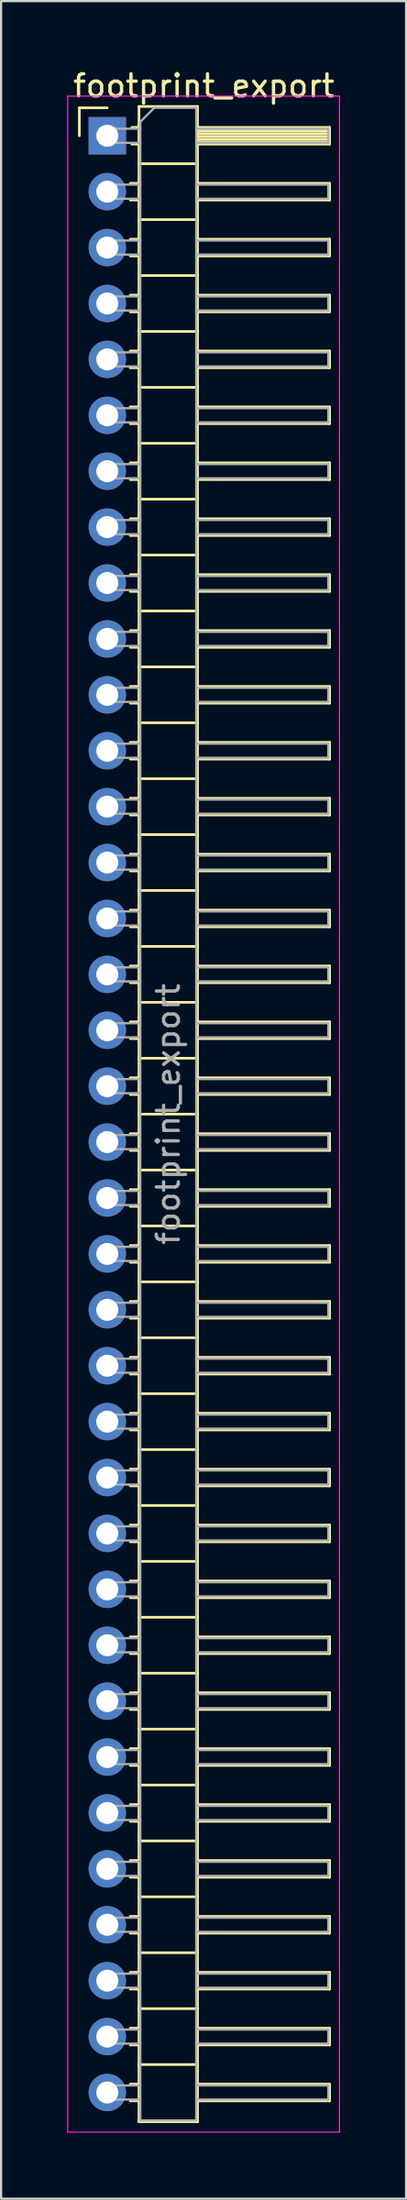
<source format=kicad_pcb>
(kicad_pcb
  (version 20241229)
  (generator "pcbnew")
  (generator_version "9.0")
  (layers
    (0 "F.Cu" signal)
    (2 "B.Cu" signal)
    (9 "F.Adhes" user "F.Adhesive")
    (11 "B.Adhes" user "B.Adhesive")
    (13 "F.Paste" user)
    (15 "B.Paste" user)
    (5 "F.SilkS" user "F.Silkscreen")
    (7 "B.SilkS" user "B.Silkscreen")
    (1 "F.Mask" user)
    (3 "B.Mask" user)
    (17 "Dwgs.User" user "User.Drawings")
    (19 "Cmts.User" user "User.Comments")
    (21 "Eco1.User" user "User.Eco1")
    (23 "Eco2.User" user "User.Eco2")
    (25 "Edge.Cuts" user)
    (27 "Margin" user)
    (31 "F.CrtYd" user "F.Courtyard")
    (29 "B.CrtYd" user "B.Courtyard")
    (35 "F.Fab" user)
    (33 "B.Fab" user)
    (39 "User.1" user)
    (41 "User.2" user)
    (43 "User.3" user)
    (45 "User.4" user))
  (footprint "footprint_export"
    (layer "F.Cu")
    (at 1.825 3.118)
    (property "Reference" "footprint_export" (at 4.385 -2.27 0) (layer "F.SilkS") (effects (font (size 1 1) (thickness 0.15))))
    (attr through_hole)
    (fp_line (start -1.27 -1.27) (end 0 -1.27) (stroke (width 0.12) (type solid)) (layer "F.SilkS"))
    (fp_line (start -1.27 0) (end -1.27 -1.27) (stroke (width 0.12) (type solid)) (layer "F.SilkS"))
    (fp_line (start 1.043 2.16) (end 1.44 2.16) (stroke (width 0.12) (type solid)) (layer "F.SilkS"))
    (fp_line (start 1.043 2.92) (end 1.44 2.92) (stroke (width 0.12) (type solid)) (layer "F.SilkS"))
    (fp_line (start 1.043 4.7) (end 1.44 4.7) (stroke (width 0.12) (type solid)) (layer "F.SilkS"))
    (fp_line (start 1.043 5.46) (end 1.44 5.46) (stroke (width 0.12) (type solid)) (layer "F.SilkS"))
    (fp_line (start 1.043 7.24) (end 1.44 7.24) (stroke (width 0.12) (type solid)) (layer "F.SilkS"))
    (fp_line (start 1.043 8) (end 1.44 8) (stroke (width 0.12) (type solid)) (layer "F.SilkS"))
    (fp_line (start 1.043 9.78) (end 1.44 9.78) (stroke (width 0.12) (type solid)) (layer "F.SilkS"))
    (fp_line (start 1.043 10.54) (end 1.44 10.54) (stroke (width 0.12) (type solid)) (layer "F.SilkS"))
    (fp_line (start 1.043 12.32) (end 1.44 12.32) (stroke (width 0.12) (type solid)) (layer "F.SilkS"))
    (fp_line (start 1.043 13.08) (end 1.44 13.08) (stroke (width 0.12) (type solid)) (layer "F.SilkS"))
    (fp_line (start 1.043 14.86) (end 1.44 14.86) (stroke (width 0.12) (type solid)) (layer "F.SilkS"))
    (fp_line (start 1.043 15.62) (end 1.44 15.62) (stroke (width 0.12) (type solid)) (layer "F.SilkS"))
    (fp_line (start 1.043 17.4) (end 1.44 17.4) (stroke (width 0.12) (type solid)) (layer "F.SilkS"))
    (fp_line (start 1.043 18.16) (end 1.44 18.16) (stroke (width 0.12) (type solid)) (layer "F.SilkS"))
    (fp_line (start 1.043 19.94) (end 1.44 19.94) (stroke (width 0.12) (type solid)) (layer "F.SilkS"))
    (fp_line (start 1.043 20.7) (end 1.44 20.7) (stroke (width 0.12) (type solid)) (layer "F.SilkS"))
    (fp_line (start 1.043 22.48) (end 1.44 22.48) (stroke (width 0.12) (type solid)) (layer "F.SilkS"))
    (fp_line (start 1.043 23.24) (end 1.44 23.24) (stroke (width 0.12) (type solid)) (layer "F.SilkS"))
    (fp_line (start 1.043 25.02) (end 1.44 25.02) (stroke (width 0.12) (type solid)) (layer "F.SilkS"))
    (fp_line (start 1.043 25.78) (end 1.44 25.78) (stroke (width 0.12) (type solid)) (layer "F.SilkS"))
    (fp_line (start 1.043 27.56) (end 1.44 27.56) (stroke (width 0.12) (type solid)) (layer "F.SilkS"))
    (fp_line (start 1.043 28.32) (end 1.44 28.32) (stroke (width 0.12) (type solid)) (layer "F.SilkS"))
    (fp_line (start 1.043 30.1) (end 1.44 30.1) (stroke (width 0.12) (type solid)) (layer "F.SilkS"))
    (fp_line (start 1.043 30.86) (end 1.44 30.86) (stroke (width 0.12) (type solid)) (layer "F.SilkS"))
    (fp_line (start 1.043 32.64) (end 1.44 32.64) (stroke (width 0.12) (type solid)) (layer "F.SilkS"))
    (fp_line (start 1.043 33.4) (end 1.44 33.4) (stroke (width 0.12) (type solid)) (layer "F.SilkS"))
    (fp_line (start 1.043 35.18) (end 1.44 35.18) (stroke (width 0.12) (type solid)) (layer "F.SilkS"))
    (fp_line (start 1.043 35.94) (end 1.44 35.94) (stroke (width 0.12) (type solid)) (layer "F.SilkS"))
    (fp_line (start 1.043 37.72) (end 1.44 37.72) (stroke (width 0.12) (type solid)) (layer "F.SilkS"))
    (fp_line (start 1.043 38.48) (end 1.44 38.48) (stroke (width 0.12) (type solid)) (layer "F.SilkS"))
    (fp_line (start 1.043 40.26) (end 1.44 40.26) (stroke (width 0.12) (type solid)) (layer "F.SilkS"))
    (fp_line (start 1.043 41.02) (end 1.44 41.02) (stroke (width 0.12) (type solid)) (layer "F.SilkS"))
    (fp_line (start 1.043 42.8) (end 1.44 42.8) (stroke (width 0.12) (type solid)) (layer "F.SilkS"))
    (fp_line (start 1.043 43.56) (end 1.44 43.56) (stroke (width 0.12) (type solid)) (layer "F.SilkS"))
    (fp_line (start 1.043 45.34) (end 1.44 45.34) (stroke (width 0.12) (type solid)) (layer "F.SilkS"))
    (fp_line (start 1.043 46.1) (end 1.44 46.1) (stroke (width 0.12) (type solid)) (layer "F.SilkS"))
    (fp_line (start 1.043 47.88) (end 1.44 47.88) (stroke (width 0.12) (type solid)) (layer "F.SilkS"))
    (fp_line (start 1.043 48.64) (end 1.44 48.64) (stroke (width 0.12) (type solid)) (layer "F.SilkS"))
    (fp_line (start 1.043 50.42) (end 1.44 50.42) (stroke (width 0.12) (type solid)) (layer "F.SilkS"))
    (fp_line (start 1.043 51.18) (end 1.44 51.18) (stroke (width 0.12) (type solid)) (layer "F.SilkS"))
    (fp_line (start 1.043 52.96) (end 1.44 52.96) (stroke (width 0.12) (type solid)) (layer "F.SilkS"))
    (fp_line (start 1.043 53.72) (end 1.44 53.72) (stroke (width 0.12) (type solid)) (layer "F.SilkS"))
    (fp_line (start 1.043 55.5) (end 1.44 55.5) (stroke (width 0.12) (type solid)) (layer "F.SilkS"))
    (fp_line (start 1.043 56.26) (end 1.44 56.26) (stroke (width 0.12) (type solid)) (layer "F.SilkS"))
    (fp_line (start 1.043 58.04) (end 1.44 58.04) (stroke (width 0.12) (type solid)) (layer "F.SilkS"))
    (fp_line (start 1.043 58.8) (end 1.44 58.8) (stroke (width 0.12) (type solid)) (layer "F.SilkS"))
    (fp_line (start 1.043 60.58) (end 1.44 60.58) (stroke (width 0.12) (type solid)) (layer "F.SilkS"))
    (fp_line (start 1.043 61.34) (end 1.44 61.34) (stroke (width 0.12) (type solid)) (layer "F.SilkS"))
    (fp_line (start 1.043 63.12) (end 1.44 63.12) (stroke (width 0.12) (type solid)) (layer "F.SilkS"))
    (fp_line (start 1.043 63.88) (end 1.44 63.88) (stroke (width 0.12) (type solid)) (layer "F.SilkS"))
    (fp_line (start 1.043 65.66) (end 1.44 65.66) (stroke (width 0.12) (type solid)) (layer "F.SilkS"))
    (fp_line (start 1.043 66.42) (end 1.44 66.42) (stroke (width 0.12) (type solid)) (layer "F.SilkS"))
    (fp_line (start 1.043 68.2) (end 1.44 68.2) (stroke (width 0.12) (type solid)) (layer "F.SilkS"))
    (fp_line (start 1.043 68.96) (end 1.44 68.96) (stroke (width 0.12) (type solid)) (layer "F.SilkS"))
    (fp_line (start 1.043 70.74) (end 1.44 70.74) (stroke (width 0.12) (type solid)) (layer "F.SilkS"))
    (fp_line (start 1.043 71.5) (end 1.44 71.5) (stroke (width 0.12) (type solid)) (layer "F.SilkS"))
    (fp_line (start 1.043 73.28) (end 1.44 73.28) (stroke (width 0.12) (type solid)) (layer "F.SilkS"))
    (fp_line (start 1.043 74.04) (end 1.44 74.04) (stroke (width 0.12) (type solid)) (layer "F.SilkS"))
    (fp_line (start 1.043 75.82) (end 1.44 75.82) (stroke (width 0.12) (type solid)) (layer "F.SilkS"))
    (fp_line (start 1.043 76.58) (end 1.44 76.58) (stroke (width 0.12) (type solid)) (layer "F.SilkS"))
    (fp_line (start 1.043 78.36) (end 1.44 78.36) (stroke (width 0.12) (type solid)) (layer "F.SilkS"))
    (fp_line (start 1.043 79.12) (end 1.44 79.12) (stroke (width 0.12) (type solid)) (layer "F.SilkS"))
    (fp_line (start 1.043 80.9) (end 1.44 80.9) (stroke (width 0.12) (type solid)) (layer "F.SilkS"))
    (fp_line (start 1.043 81.66) (end 1.44 81.66) (stroke (width 0.12) (type solid)) (layer "F.SilkS"))
    (fp_line (start 1.043 83.44) (end 1.44 83.44) (stroke (width 0.12) (type solid)) (layer "F.SilkS"))
    (fp_line (start 1.043 84.2) (end 1.44 84.2) (stroke (width 0.12) (type solid)) (layer "F.SilkS"))
    (fp_line (start 1.043 85.98) (end 1.44 85.98) (stroke (width 0.12) (type solid)) (layer "F.SilkS"))
    (fp_line (start 1.043 86.74) (end 1.44 86.74) (stroke (width 0.12) (type solid)) (layer "F.SilkS"))
    (fp_line (start 1.043 88.52) (end 1.44 88.52) (stroke (width 0.12) (type solid)) (layer "F.SilkS"))
    (fp_line (start 1.043 89.28) (end 1.44 89.28) (stroke (width 0.12) (type solid)) (layer "F.SilkS"))
    (fp_line (start 1.11 -0.38) (end 1.44 -0.38) (stroke (width 0.12) (type solid)) (layer "F.SilkS"))
    (fp_line (start 1.11 0.38) (end 1.44 0.38) (stroke (width 0.12) (type solid)) (layer "F.SilkS"))
    (fp_line (start 1.44 -1.33) (end 1.44 90.23) (stroke (width 0.12) (type solid)) (layer "F.SilkS"))
    (fp_line (start 1.44 1.27) (end 4.1 1.27) (stroke (width 0.12) (type solid)) (layer "F.SilkS"))
    (fp_line (start 1.44 3.81) (end 4.1 3.81) (stroke (width 0.12) (type solid)) (layer "F.SilkS"))
    (fp_line (start 1.44 6.35) (end 4.1 6.35) (stroke (width 0.12) (type solid)) (layer "F.SilkS"))
    (fp_line (start 1.44 8.89) (end 4.1 8.89) (stroke (width 0.12) (type solid)) (layer "F.SilkS"))
    (fp_line (start 1.44 11.43) (end 4.1 11.43) (stroke (width 0.12) (type solid)) (layer "F.SilkS"))
    (fp_line (start 1.44 13.97) (end 4.1 13.97) (stroke (width 0.12) (type solid)) (layer "F.SilkS"))
    (fp_line (start 1.44 16.51) (end 4.1 16.51) (stroke (width 0.12) (type solid)) (layer "F.SilkS"))
    (fp_line (start 1.44 19.05) (end 4.1 19.05) (stroke (width 0.12) (type solid)) (layer "F.SilkS"))
    (fp_line (start 1.44 21.59) (end 4.1 21.59) (stroke (width 0.12) (type solid)) (layer "F.SilkS"))
    (fp_line (start 1.44 24.13) (end 4.1 24.13) (stroke (width 0.12) (type solid)) (layer "F.SilkS"))
    (fp_line (start 1.44 26.67) (end 4.1 26.67) (stroke (width 0.12) (type solid)) (layer "F.SilkS"))
    (fp_line (start 1.44 29.21) (end 4.1 29.21) (stroke (width 0.12) (type solid)) (layer "F.SilkS"))
    (fp_line (start 1.44 31.75) (end 4.1 31.75) (stroke (width 0.12) (type solid)) (layer "F.SilkS"))
    (fp_line (start 1.44 34.29) (end 4.1 34.29) (stroke (width 0.12) (type solid)) (layer "F.SilkS"))
    (fp_line (start 1.44 36.83) (end 4.1 36.83) (stroke (width 0.12) (type solid)) (layer "F.SilkS"))
    (fp_line (start 1.44 39.37) (end 4.1 39.37) (stroke (width 0.12) (type solid)) (layer "F.SilkS"))
    (fp_line (start 1.44 41.91) (end 4.1 41.91) (stroke (width 0.12) (type solid)) (layer "F.SilkS"))
    (fp_line (start 1.44 44.45) (end 4.1 44.45) (stroke (width 0.12) (type solid)) (layer "F.SilkS"))
    (fp_line (start 1.44 46.99) (end 4.1 46.99) (stroke (width 0.12) (type solid)) (layer "F.SilkS"))
    (fp_line (start 1.44 49.53) (end 4.1 49.53) (stroke (width 0.12) (type solid)) (layer "F.SilkS"))
    (fp_line (start 1.44 52.07) (end 4.1 52.07) (stroke (width 0.12) (type solid)) (layer "F.SilkS"))
    (fp_line (start 1.44 54.61) (end 4.1 54.61) (stroke (width 0.12) (type solid)) (layer "F.SilkS"))
    (fp_line (start 1.44 57.15) (end 4.1 57.15) (stroke (width 0.12) (type solid)) (layer "F.SilkS"))
    (fp_line (start 1.44 59.69) (end 4.1 59.69) (stroke (width 0.12) (type solid)) (layer "F.SilkS"))
    (fp_line (start 1.44 62.23) (end 4.1 62.23) (stroke (width 0.12) (type solid)) (layer "F.SilkS"))
    (fp_line (start 1.44 64.77) (end 4.1 64.77) (stroke (width 0.12) (type solid)) (layer "F.SilkS"))
    (fp_line (start 1.44 67.31) (end 4.1 67.31) (stroke (width 0.12) (type solid)) (layer "F.SilkS"))
    (fp_line (start 1.44 69.85) (end 4.1 69.85) (stroke (width 0.12) (type solid)) (layer "F.SilkS"))
    (fp_line (start 1.44 72.39) (end 4.1 72.39) (stroke (width 0.12) (type solid)) (layer "F.SilkS"))
    (fp_line (start 1.44 74.93) (end 4.1 74.93) (stroke (width 0.12) (type solid)) (layer "F.SilkS"))
    (fp_line (start 1.44 77.47) (end 4.1 77.47) (stroke (width 0.12) (type solid)) (layer "F.SilkS"))
    (fp_line (start 1.44 80.01) (end 4.1 80.01) (stroke (width 0.12) (type solid)) (layer "F.SilkS"))
    (fp_line (start 1.44 82.55) (end 4.1 82.55) (stroke (width 0.12) (type solid)) (layer "F.SilkS"))
    (fp_line (start 1.44 85.09) (end 4.1 85.09) (stroke (width 0.12) (type solid)) (layer "F.SilkS"))
    (fp_line (start 1.44 87.63) (end 4.1 87.63) (stroke (width 0.12) (type solid)) (layer "F.SilkS"))
    (fp_line (start 1.44 90.23) (end 4.1 90.23) (stroke (width 0.12) (type solid)) (layer "F.SilkS"))
    (fp_line (start 4.1 -1.33) (end 1.44 -1.33) (stroke (width 0.12) (type solid)) (layer "F.SilkS"))
    (fp_line (start 4.1 -0.38) (end 10.1 -0.38) (stroke (width 0.12) (type solid)) (layer "F.SilkS"))
    (fp_line (start 4.1 -0.32) (end 10.1 -0.32) (stroke (width 0.12) (type solid)) (layer "F.SilkS"))
    (fp_line (start 4.1 -0.2) (end 10.1 -0.2) (stroke (width 0.12) (type solid)) (layer "F.SilkS"))
    (fp_line (start 4.1 -0.08) (end 10.1 -0.08) (stroke (width 0.12) (type solid)) (layer "F.SilkS"))
    (fp_line (start 4.1 0.04) (end 10.1 0.04) (stroke (width 0.12) (type solid)) (layer "F.SilkS"))
    (fp_line (start 4.1 0.16) (end 10.1 0.16) (stroke (width 0.12) (type solid)) (layer "F.SilkS"))
    (fp_line (start 4.1 0.28) (end 10.1 0.28) (stroke (width 0.12) (type solid)) (layer "F.SilkS"))
    (fp_line (start 4.1 2.16) (end 10.1 2.16) (stroke (width 0.12) (type solid)) (layer "F.SilkS"))
    (fp_line (start 4.1 4.7) (end 10.1 4.7) (stroke (width 0.12) (type solid)) (layer "F.SilkS"))
    (fp_line (start 4.1 7.24) (end 10.1 7.24) (stroke (width 0.12) (type solid)) (layer "F.SilkS"))
    (fp_line (start 4.1 9.78) (end 10.1 9.78) (stroke (width 0.12) (type solid)) (layer "F.SilkS"))
    (fp_line (start 4.1 12.32) (end 10.1 12.32) (stroke (width 0.12) (type solid)) (layer "F.SilkS"))
    (fp_line (start 4.1 14.86) (end 10.1 14.86) (stroke (width 0.12) (type solid)) (layer "F.SilkS"))
    (fp_line (start 4.1 17.4) (end 10.1 17.4) (stroke (width 0.12) (type solid)) (layer "F.SilkS"))
    (fp_line (start 4.1 19.94) (end 10.1 19.94) (stroke (width 0.12) (type solid)) (layer "F.SilkS"))
    (fp_line (start 4.1 22.48) (end 10.1 22.48) (stroke (width 0.12) (type solid)) (layer "F.SilkS"))
    (fp_line (start 4.1 25.02) (end 10.1 25.02) (stroke (width 0.12) (type solid)) (layer "F.SilkS"))
    (fp_line (start 4.1 27.56) (end 10.1 27.56) (stroke (width 0.12) (type solid)) (layer "F.SilkS"))
    (fp_line (start 4.1 30.1) (end 10.1 30.1) (stroke (width 0.12) (type solid)) (layer "F.SilkS"))
    (fp_line (start 4.1 32.64) (end 10.1 32.64) (stroke (width 0.12) (type solid)) (layer "F.SilkS"))
    (fp_line (start 4.1 35.18) (end 10.1 35.18) (stroke (width 0.12) (type solid)) (layer "F.SilkS"))
    (fp_line (start 4.1 37.72) (end 10.1 37.72) (stroke (width 0.12) (type solid)) (layer "F.SilkS"))
    (fp_line (start 4.1 40.26) (end 10.1 40.26) (stroke (width 0.12) (type solid)) (layer "F.SilkS"))
    (fp_line (start 4.1 42.8) (end 10.1 42.8) (stroke (width 0.12) (type solid)) (layer "F.SilkS"))
    (fp_line (start 4.1 45.34) (end 10.1 45.34) (stroke (width 0.12) (type solid)) (layer "F.SilkS"))
    (fp_line (start 4.1 47.88) (end 10.1 47.88) (stroke (width 0.12) (type solid)) (layer "F.SilkS"))
    (fp_line (start 4.1 50.42) (end 10.1 50.42) (stroke (width 0.12) (type solid)) (layer "F.SilkS"))
    (fp_line (start 4.1 52.96) (end 10.1 52.96) (stroke (width 0.12) (type solid)) (layer "F.SilkS"))
    (fp_line (start 4.1 55.5) (end 10.1 55.5) (stroke (width 0.12) (type solid)) (layer "F.SilkS"))
    (fp_line (start 4.1 58.04) (end 10.1 58.04) (stroke (width 0.12) (type solid)) (layer "F.SilkS"))
    (fp_line (start 4.1 60.58) (end 10.1 60.58) (stroke (width 0.12) (type solid)) (layer "F.SilkS"))
    (fp_line (start 4.1 63.12) (end 10.1 63.12) (stroke (width 0.12) (type solid)) (layer "F.SilkS"))
    (fp_line (start 4.1 65.66) (end 10.1 65.66) (stroke (width 0.12) (type solid)) (layer "F.SilkS"))
    (fp_line (start 4.1 68.2) (end 10.1 68.2) (stroke (width 0.12) (type solid)) (layer "F.SilkS"))
    (fp_line (start 4.1 70.74) (end 10.1 70.74) (stroke (width 0.12) (type solid)) (layer "F.SilkS"))
    (fp_line (start 4.1 73.28) (end 10.1 73.28) (stroke (width 0.12) (type solid)) (layer "F.SilkS"))
    (fp_line (start 4.1 75.82) (end 10.1 75.82) (stroke (width 0.12) (type solid)) (layer "F.SilkS"))
    (fp_line (start 4.1 78.36) (end 10.1 78.36) (stroke (width 0.12) (type solid)) (layer "F.SilkS"))
    (fp_line (start 4.1 80.9) (end 10.1 80.9) (stroke (width 0.12) (type solid)) (layer "F.SilkS"))
    (fp_line (start 4.1 83.44) (end 10.1 83.44) (stroke (width 0.12) (type solid)) (layer "F.SilkS"))
    (fp_line (start 4.1 85.98) (end 10.1 85.98) (stroke (width 0.12) (type solid)) (layer "F.SilkS"))
    (fp_line (start 4.1 88.52) (end 10.1 88.52) (stroke (width 0.12) (type solid)) (layer "F.SilkS"))
    (fp_line (start 4.1 90.23) (end 4.1 -1.33) (stroke (width 0.12) (type solid)) (layer "F.SilkS"))
    (fp_line (start 10.1 -0.38) (end 10.1 0.38) (stroke (width 0.12) (type solid)) (layer "F.SilkS"))
    (fp_line (start 10.1 0.38) (end 4.1 0.38) (stroke (width 0.12) (type solid)) (layer "F.SilkS"))
    (fp_line (start 10.1 2.16) (end 10.1 2.92) (stroke (width 0.12) (type solid)) (layer "F.SilkS"))
    (fp_line (start 10.1 2.92) (end 4.1 2.92) (stroke (width 0.12) (type solid)) (layer "F.SilkS"))
    (fp_line (start 10.1 4.7) (end 10.1 5.46) (stroke (width 0.12) (type solid)) (layer "F.SilkS"))
    (fp_line (start 10.1 5.46) (end 4.1 5.46) (stroke (width 0.12) (type solid)) (layer "F.SilkS"))
    (fp_line (start 10.1 7.24) (end 10.1 8) (stroke (width 0.12) (type solid)) (layer "F.SilkS"))
    (fp_line (start 10.1 8) (end 4.1 8) (stroke (width 0.12) (type solid)) (layer "F.SilkS"))
    (fp_line (start 10.1 9.78) (end 10.1 10.54) (stroke (width 0.12) (type solid)) (layer "F.SilkS"))
    (fp_line (start 10.1 10.54) (end 4.1 10.54) (stroke (width 0.12) (type solid)) (layer "F.SilkS"))
    (fp_line (start 10.1 12.32) (end 10.1 13.08) (stroke (width 0.12) (type solid)) (layer "F.SilkS"))
    (fp_line (start 10.1 13.08) (end 4.1 13.08) (stroke (width 0.12) (type solid)) (layer "F.SilkS"))
    (fp_line (start 10.1 14.86) (end 10.1 15.62) (stroke (width 0.12) (type solid)) (layer "F.SilkS"))
    (fp_line (start 10.1 15.62) (end 4.1 15.62) (stroke (width 0.12) (type solid)) (layer "F.SilkS"))
    (fp_line (start 10.1 17.4) (end 10.1 18.16) (stroke (width 0.12) (type solid)) (layer "F.SilkS"))
    (fp_line (start 10.1 18.16) (end 4.1 18.16) (stroke (width 0.12) (type solid)) (layer "F.SilkS"))
    (fp_line (start 10.1 19.94) (end 10.1 20.7) (stroke (width 0.12) (type solid)) (layer "F.SilkS"))
    (fp_line (start 10.1 20.7) (end 4.1 20.7) (stroke (width 0.12) (type solid)) (layer "F.SilkS"))
    (fp_line (start 10.1 22.48) (end 10.1 23.24) (stroke (width 0.12) (type solid)) (layer "F.SilkS"))
    (fp_line (start 10.1 23.24) (end 4.1 23.24) (stroke (width 0.12) (type solid)) (layer "F.SilkS"))
    (fp_line (start 10.1 25.02) (end 10.1 25.78) (stroke (width 0.12) (type solid)) (layer "F.SilkS"))
    (fp_line (start 10.1 25.78) (end 4.1 25.78) (stroke (width 0.12) (type solid)) (layer "F.SilkS"))
    (fp_line (start 10.1 27.56) (end 10.1 28.32) (stroke (width 0.12) (type solid)) (layer "F.SilkS"))
    (fp_line (start 10.1 28.32) (end 4.1 28.32) (stroke (width 0.12) (type solid)) (layer "F.SilkS"))
    (fp_line (start 10.1 30.1) (end 10.1 30.86) (stroke (width 0.12) (type solid)) (layer "F.SilkS"))
    (fp_line (start 10.1 30.86) (end 4.1 30.86) (stroke (width 0.12) (type solid)) (layer "F.SilkS"))
    (fp_line (start 10.1 32.64) (end 10.1 33.4) (stroke (width 0.12) (type solid)) (layer "F.SilkS"))
    (fp_line (start 10.1 33.4) (end 4.1 33.4) (stroke (width 0.12) (type solid)) (layer "F.SilkS"))
    (fp_line (start 10.1 35.18) (end 10.1 35.94) (stroke (width 0.12) (type solid)) (layer "F.SilkS"))
    (fp_line (start 10.1 35.94) (end 4.1 35.94) (stroke (width 0.12) (type solid)) (layer "F.SilkS"))
    (fp_line (start 10.1 37.72) (end 10.1 38.48) (stroke (width 0.12) (type solid)) (layer "F.SilkS"))
    (fp_line (start 10.1 38.48) (end 4.1 38.48) (stroke (width 0.12) (type solid)) (layer "F.SilkS"))
    (fp_line (start 10.1 40.26) (end 10.1 41.02) (stroke (width 0.12) (type solid)) (layer "F.SilkS"))
    (fp_line (start 10.1 41.02) (end 4.1 41.02) (stroke (width 0.12) (type solid)) (layer "F.SilkS"))
    (fp_line (start 10.1 42.8) (end 10.1 43.56) (stroke (width 0.12) (type solid)) (layer "F.SilkS"))
    (fp_line (start 10.1 43.56) (end 4.1 43.56) (stroke (width 0.12) (type solid)) (layer "F.SilkS"))
    (fp_line (start 10.1 45.34) (end 10.1 46.1) (stroke (width 0.12) (type solid)) (layer "F.SilkS"))
    (fp_line (start 10.1 46.1) (end 4.1 46.1) (stroke (width 0.12) (type solid)) (layer "F.SilkS"))
    (fp_line (start 10.1 47.88) (end 10.1 48.64) (stroke (width 0.12) (type solid)) (layer "F.SilkS"))
    (fp_line (start 10.1 48.64) (end 4.1 48.64) (stroke (width 0.12) (type solid)) (layer "F.SilkS"))
    (fp_line (start 10.1 50.42) (end 10.1 51.18) (stroke (width 0.12) (type solid)) (layer "F.SilkS"))
    (fp_line (start 10.1 51.18) (end 4.1 51.18) (stroke (width 0.12) (type solid)) (layer "F.SilkS"))
    (fp_line (start 10.1 52.96) (end 10.1 53.72) (stroke (width 0.12) (type solid)) (layer "F.SilkS"))
    (fp_line (start 10.1 53.72) (end 4.1 53.72) (stroke (width 0.12) (type solid)) (layer "F.SilkS"))
    (fp_line (start 10.1 55.5) (end 10.1 56.26) (stroke (width 0.12) (type solid)) (layer "F.SilkS"))
    (fp_line (start 10.1 56.26) (end 4.1 56.26) (stroke (width 0.12) (type solid)) (layer "F.SilkS"))
    (fp_line (start 10.1 58.04) (end 10.1 58.8) (stroke (width 0.12) (type solid)) (layer "F.SilkS"))
    (fp_line (start 10.1 58.8) (end 4.1 58.8) (stroke (width 0.12) (type solid)) (layer "F.SilkS"))
    (fp_line (start 10.1 60.58) (end 10.1 61.34) (stroke (width 0.12) (type solid)) (layer "F.SilkS"))
    (fp_line (start 10.1 61.34) (end 4.1 61.34) (stroke (width 0.12) (type solid)) (layer "F.SilkS"))
    (fp_line (start 10.1 63.12) (end 10.1 63.88) (stroke (width 0.12) (type solid)) (layer "F.SilkS"))
    (fp_line (start 10.1 63.88) (end 4.1 63.88) (stroke (width 0.12) (type solid)) (layer "F.SilkS"))
    (fp_line (start 10.1 65.66) (end 10.1 66.42) (stroke (width 0.12) (type solid)) (layer "F.SilkS"))
    (fp_line (start 10.1 66.42) (end 4.1 66.42) (stroke (width 0.12) (type solid)) (layer "F.SilkS"))
    (fp_line (start 10.1 68.2) (end 10.1 68.96) (stroke (width 0.12) (type solid)) (layer "F.SilkS"))
    (fp_line (start 10.1 68.96) (end 4.1 68.96) (stroke (width 0.12) (type solid)) (layer "F.SilkS"))
    (fp_line (start 10.1 70.74) (end 10.1 71.5) (stroke (width 0.12) (type solid)) (layer "F.SilkS"))
    (fp_line (start 10.1 71.5) (end 4.1 71.5) (stroke (width 0.12) (type solid)) (layer "F.SilkS"))
    (fp_line (start 10.1 73.28) (end 10.1 74.04) (stroke (width 0.12) (type solid)) (layer "F.SilkS"))
    (fp_line (start 10.1 74.04) (end 4.1 74.04) (stroke (width 0.12) (type solid)) (layer "F.SilkS"))
    (fp_line (start 10.1 75.82) (end 10.1 76.58) (stroke (width 0.12) (type solid)) (layer "F.SilkS"))
    (fp_line (start 10.1 76.58) (end 4.1 76.58) (stroke (width 0.12) (type solid)) (layer "F.SilkS"))
    (fp_line (start 10.1 78.36) (end 10.1 79.12) (stroke (width 0.12) (type solid)) (layer "F.SilkS"))
    (fp_line (start 10.1 79.12) (end 4.1 79.12) (stroke (width 0.12) (type solid)) (layer "F.SilkS"))
    (fp_line (start 10.1 80.9) (end 10.1 81.66) (stroke (width 0.12) (type solid)) (layer "F.SilkS"))
    (fp_line (start 10.1 81.66) (end 4.1 81.66) (stroke (width 0.12) (type solid)) (layer "F.SilkS"))
    (fp_line (start 10.1 83.44) (end 10.1 84.2) (stroke (width 0.12) (type solid)) (layer "F.SilkS"))
    (fp_line (start 10.1 84.2) (end 4.1 84.2) (stroke (width 0.12) (type solid)) (layer "F.SilkS"))
    (fp_line (start 10.1 85.98) (end 10.1 86.74) (stroke (width 0.12) (type solid)) (layer "F.SilkS"))
    (fp_line (start 10.1 86.74) (end 4.1 86.74) (stroke (width 0.12) (type solid)) (layer "F.SilkS"))
    (fp_line (start 10.1 88.52) (end 10.1 89.28) (stroke (width 0.12) (type solid)) (layer "F.SilkS"))
    (fp_line (start 10.1 89.28) (end 4.1 89.28) (stroke (width 0.12) (type solid)) (layer "F.SilkS"))
    (fp_line (start -1.8 -1.8) (end -1.8 90.7) (stroke (width 0.05) (type solid)) (layer "F.CrtYd"))
    (fp_line (start -1.8 90.7) (end 10.55 90.7) (stroke (width 0.05) (type solid)) (layer "F.CrtYd"))
    (fp_line (start 10.55 -1.8) (end -1.8 -1.8) (stroke (width 0.05) (type solid)) (layer "F.CrtYd"))
    (fp_line (start 10.55 90.7) (end 10.55 -1.8) (stroke (width 0.05) (type solid)) (layer "F.CrtYd"))
    (fp_line (start -0.32 -0.32) (end -0.32 0.32) (stroke (width 0.1) (type solid)) (layer "F.Fab"))
    (fp_line (start -0.32 -0.32) (end 1.5 -0.32) (stroke (width 0.1) (type solid)) (layer "F.Fab"))
    (fp_line (start -0.32 0.32) (end 1.5 0.32) (stroke (width 0.1) (type solid)) (layer "F.Fab"))
    (fp_line (start -0.32 2.22) (end -0.32 2.86) (stroke (width 0.1) (type solid)) (layer "F.Fab"))
    (fp_line (start -0.32 2.22) (end 1.5 2.22) (stroke (width 0.1) (type solid)) (layer "F.Fab"))
    (fp_line (start -0.32 2.86) (end 1.5 2.86) (stroke (width 0.1) (type solid)) (layer "F.Fab"))
    (fp_line (start -0.32 4.76) (end -0.32 5.4) (stroke (width 0.1) (type solid)) (layer "F.Fab"))
    (fp_line (start -0.32 4.76) (end 1.5 4.76) (stroke (width 0.1) (type solid)) (layer "F.Fab"))
    (fp_line (start -0.32 5.4) (end 1.5 5.4) (stroke (width 0.1) (type solid)) (layer "F.Fab"))
    (fp_line (start -0.32 7.3) (end -0.32 7.94) (stroke (width 0.1) (type solid)) (layer "F.Fab"))
    (fp_line (start -0.32 7.3) (end 1.5 7.3) (stroke (width 0.1) (type solid)) (layer "F.Fab"))
    (fp_line (start -0.32 7.94) (end 1.5 7.94) (stroke (width 0.1) (type solid)) (layer "F.Fab"))
    (fp_line (start -0.32 9.84) (end -0.32 10.48) (stroke (width 0.1) (type solid)) (layer "F.Fab"))
    (fp_line (start -0.32 9.84) (end 1.5 9.84) (stroke (width 0.1) (type solid)) (layer "F.Fab"))
    (fp_line (start -0.32 10.48) (end 1.5 10.48) (stroke (width 0.1) (type solid)) (layer "F.Fab"))
    (fp_line (start -0.32 12.38) (end -0.32 13.02) (stroke (width 0.1) (type solid)) (layer "F.Fab"))
    (fp_line (start -0.32 12.38) (end 1.5 12.38) (stroke (width 0.1) (type solid)) (layer "F.Fab"))
    (fp_line (start -0.32 13.02) (end 1.5 13.02) (stroke (width 0.1) (type solid)) (layer "F.Fab"))
    (fp_line (start -0.32 14.92) (end -0.32 15.56) (stroke (width 0.1) (type solid)) (layer "F.Fab"))
    (fp_line (start -0.32 14.92) (end 1.5 14.92) (stroke (width 0.1) (type solid)) (layer "F.Fab"))
    (fp_line (start -0.32 15.56) (end 1.5 15.56) (stroke (width 0.1) (type solid)) (layer "F.Fab"))
    (fp_line (start -0.32 17.46) (end -0.32 18.1) (stroke (width 0.1) (type solid)) (layer "F.Fab"))
    (fp_line (start -0.32 17.46) (end 1.5 17.46) (stroke (width 0.1) (type solid)) (layer "F.Fab"))
    (fp_line (start -0.32 18.1) (end 1.5 18.1) (stroke (width 0.1) (type solid)) (layer "F.Fab"))
    (fp_line (start -0.32 20) (end -0.32 20.64) (stroke (width 0.1) (type solid)) (layer "F.Fab"))
    (fp_line (start -0.32 20) (end 1.5 20) (stroke (width 0.1) (type solid)) (layer "F.Fab"))
    (fp_line (start -0.32 20.64) (end 1.5 20.64) (stroke (width 0.1) (type solid)) (layer "F.Fab"))
    (fp_line (start -0.32 22.54) (end -0.32 23.18) (stroke (width 0.1) (type solid)) (layer "F.Fab"))
    (fp_line (start -0.32 22.54) (end 1.5 22.54) (stroke (width 0.1) (type solid)) (layer "F.Fab"))
    (fp_line (start -0.32 23.18) (end 1.5 23.18) (stroke (width 0.1) (type solid)) (layer "F.Fab"))
    (fp_line (start -0.32 25.08) (end -0.32 25.72) (stroke (width 0.1) (type solid)) (layer "F.Fab"))
    (fp_line (start -0.32 25.08) (end 1.5 25.08) (stroke (width 0.1) (type solid)) (layer "F.Fab"))
    (fp_line (start -0.32 25.72) (end 1.5 25.72) (stroke (width 0.1) (type solid)) (layer "F.Fab"))
    (fp_line (start -0.32 27.62) (end -0.32 28.26) (stroke (width 0.1) (type solid)) (layer "F.Fab"))
    (fp_line (start -0.32 27.62) (end 1.5 27.62) (stroke (width 0.1) (type solid)) (layer "F.Fab"))
    (fp_line (start -0.32 28.26) (end 1.5 28.26) (stroke (width 0.1) (type solid)) (layer "F.Fab"))
    (fp_line (start -0.32 30.16) (end -0.32 30.8) (stroke (width 0.1) (type solid)) (layer "F.Fab"))
    (fp_line (start -0.32 30.16) (end 1.5 30.16) (stroke (width 0.1) (type solid)) (layer "F.Fab"))
    (fp_line (start -0.32 30.8) (end 1.5 30.8) (stroke (width 0.1) (type solid)) (layer "F.Fab"))
    (fp_line (start -0.32 32.7) (end -0.32 33.34) (stroke (width 0.1) (type solid)) (layer "F.Fab"))
    (fp_line (start -0.32 32.7) (end 1.5 32.7) (stroke (width 0.1) (type solid)) (layer "F.Fab"))
    (fp_line (start -0.32 33.34) (end 1.5 33.34) (stroke (width 0.1) (type solid)) (layer "F.Fab"))
    (fp_line (start -0.32 35.24) (end -0.32 35.88) (stroke (width 0.1) (type solid)) (layer "F.Fab"))
    (fp_line (start -0.32 35.24) (end 1.5 35.24) (stroke (width 0.1) (type solid)) (layer "F.Fab"))
    (fp_line (start -0.32 35.88) (end 1.5 35.88) (stroke (width 0.1) (type solid)) (layer "F.Fab"))
    (fp_line (start -0.32 37.78) (end -0.32 38.42) (stroke (width 0.1) (type solid)) (layer "F.Fab"))
    (fp_line (start -0.32 37.78) (end 1.5 37.78) (stroke (width 0.1) (type solid)) (layer "F.Fab"))
    (fp_line (start -0.32 38.42) (end 1.5 38.42) (stroke (width 0.1) (type solid)) (layer "F.Fab"))
    (fp_line (start -0.32 40.32) (end -0.32 40.96) (stroke (width 0.1) (type solid)) (layer "F.Fab"))
    (fp_line (start -0.32 40.32) (end 1.5 40.32) (stroke (width 0.1) (type solid)) (layer "F.Fab"))
    (fp_line (start -0.32 40.96) (end 1.5 40.96) (stroke (width 0.1) (type solid)) (layer "F.Fab"))
    (fp_line (start -0.32 42.86) (end -0.32 43.5) (stroke (width 0.1) (type solid)) (layer "F.Fab"))
    (fp_line (start -0.32 42.86) (end 1.5 42.86) (stroke (width 0.1) (type solid)) (layer "F.Fab"))
    (fp_line (start -0.32 43.5) (end 1.5 43.5) (stroke (width 0.1) (type solid)) (layer "F.Fab"))
    (fp_line (start -0.32 45.4) (end -0.32 46.04) (stroke (width 0.1) (type solid)) (layer "F.Fab"))
    (fp_line (start -0.32 45.4) (end 1.5 45.4) (stroke (width 0.1) (type solid)) (layer "F.Fab"))
    (fp_line (start -0.32 46.04) (end 1.5 46.04) (stroke (width 0.1) (type solid)) (layer "F.Fab"))
    (fp_line (start -0.32 47.94) (end -0.32 48.58) (stroke (width 0.1) (type solid)) (layer "F.Fab"))
    (fp_line (start -0.32 47.94) (end 1.5 47.94) (stroke (width 0.1) (type solid)) (layer "F.Fab"))
    (fp_line (start -0.32 48.58) (end 1.5 48.58) (stroke (width 0.1) (type solid)) (layer "F.Fab"))
    (fp_line (start -0.32 50.48) (end -0.32 51.12) (stroke (width 0.1) (type solid)) (layer "F.Fab"))
    (fp_line (start -0.32 50.48) (end 1.5 50.48) (stroke (width 0.1) (type solid)) (layer "F.Fab"))
    (fp_line (start -0.32 51.12) (end 1.5 51.12) (stroke (width 0.1) (type solid)) (layer "F.Fab"))
    (fp_line (start -0.32 53.02) (end -0.32 53.66) (stroke (width 0.1) (type solid)) (layer "F.Fab"))
    (fp_line (start -0.32 53.02) (end 1.5 53.02) (stroke (width 0.1) (type solid)) (layer "F.Fab"))
    (fp_line (start -0.32 53.66) (end 1.5 53.66) (stroke (width 0.1) (type solid)) (layer "F.Fab"))
    (fp_line (start -0.32 55.56) (end -0.32 56.2) (stroke (width 0.1) (type solid)) (layer "F.Fab"))
    (fp_line (start -0.32 55.56) (end 1.5 55.56) (stroke (width 0.1) (type solid)) (layer "F.Fab"))
    (fp_line (start -0.32 56.2) (end 1.5 56.2) (stroke (width 0.1) (type solid)) (layer "F.Fab"))
    (fp_line (start -0.32 58.1) (end -0.32 58.74) (stroke (width 0.1) (type solid)) (layer "F.Fab"))
    (fp_line (start -0.32 58.1) (end 1.5 58.1) (stroke (width 0.1) (type solid)) (layer "F.Fab"))
    (fp_line (start -0.32 58.74) (end 1.5 58.74) (stroke (width 0.1) (type solid)) (layer "F.Fab"))
    (fp_line (start -0.32 60.64) (end -0.32 61.28) (stroke (width 0.1) (type solid)) (layer "F.Fab"))
    (fp_line (start -0.32 60.64) (end 1.5 60.64) (stroke (width 0.1) (type solid)) (layer "F.Fab"))
    (fp_line (start -0.32 61.28) (end 1.5 61.28) (stroke (width 0.1) (type solid)) (layer "F.Fab"))
    (fp_line (start -0.32 63.18) (end -0.32 63.82) (stroke (width 0.1) (type solid)) (layer "F.Fab"))
    (fp_line (start -0.32 63.18) (end 1.5 63.18) (stroke (width 0.1) (type solid)) (layer "F.Fab"))
    (fp_line (start -0.32 63.82) (end 1.5 63.82) (stroke (width 0.1) (type solid)) (layer "F.Fab"))
    (fp_line (start -0.32 65.72) (end -0.32 66.36) (stroke (width 0.1) (type solid)) (layer "F.Fab"))
    (fp_line (start -0.32 65.72) (end 1.5 65.72) (stroke (width 0.1) (type solid)) (layer "F.Fab"))
    (fp_line (start -0.32 66.36) (end 1.5 66.36) (stroke (width 0.1) (type solid)) (layer "F.Fab"))
    (fp_line (start -0.32 68.26) (end -0.32 68.9) (stroke (width 0.1) (type solid)) (layer "F.Fab"))
    (fp_line (start -0.32 68.26) (end 1.5 68.26) (stroke (width 0.1) (type solid)) (layer "F.Fab"))
    (fp_line (start -0.32 68.9) (end 1.5 68.9) (stroke (width 0.1) (type solid)) (layer "F.Fab"))
    (fp_line (start -0.32 70.8) (end -0.32 71.44) (stroke (width 0.1) (type solid)) (layer "F.Fab"))
    (fp_line (start -0.32 70.8) (end 1.5 70.8) (stroke (width 0.1) (type solid)) (layer "F.Fab"))
    (fp_line (start -0.32 71.44) (end 1.5 71.44) (stroke (width 0.1) (type solid)) (layer "F.Fab"))
    (fp_line (start -0.32 73.34) (end -0.32 73.98) (stroke (width 0.1) (type solid)) (layer "F.Fab"))
    (fp_line (start -0.32 73.34) (end 1.5 73.34) (stroke (width 0.1) (type solid)) (layer "F.Fab"))
    (fp_line (start -0.32 73.98) (end 1.5 73.98) (stroke (width 0.1) (type solid)) (layer "F.Fab"))
    (fp_line (start -0.32 75.88) (end -0.32 76.52) (stroke (width 0.1) (type solid)) (layer "F.Fab"))
    (fp_line (start -0.32 75.88) (end 1.5 75.88) (stroke (width 0.1) (type solid)) (layer "F.Fab"))
    (fp_line (start -0.32 76.52) (end 1.5 76.52) (stroke (width 0.1) (type solid)) (layer "F.Fab"))
    (fp_line (start -0.32 78.42) (end -0.32 79.06) (stroke (width 0.1) (type solid)) (layer "F.Fab"))
    (fp_line (start -0.32 78.42) (end 1.5 78.42) (stroke (width 0.1) (type solid)) (layer "F.Fab"))
    (fp_line (start -0.32 79.06) (end 1.5 79.06) (stroke (width 0.1) (type solid)) (layer "F.Fab"))
    (fp_line (start -0.32 80.96) (end -0.32 81.6) (stroke (width 0.1) (type solid)) (layer "F.Fab"))
    (fp_line (start -0.32 80.96) (end 1.5 80.96) (stroke (width 0.1) (type solid)) (layer "F.Fab"))
    (fp_line (start -0.32 81.6) (end 1.5 81.6) (stroke (width 0.1) (type solid)) (layer "F.Fab"))
    (fp_line (start -0.32 83.5) (end -0.32 84.14) (stroke (width 0.1) (type solid)) (layer "F.Fab"))
    (fp_line (start -0.32 83.5) (end 1.5 83.5) (stroke (width 0.1) (type solid)) (layer "F.Fab"))
    (fp_line (start -0.32 84.14) (end 1.5 84.14) (stroke (width 0.1) (type solid)) (layer "F.Fab"))
    (fp_line (start -0.32 86.04) (end -0.32 86.68) (stroke (width 0.1) (type solid)) (layer "F.Fab"))
    (fp_line (start -0.32 86.04) (end 1.5 86.04) (stroke (width 0.1) (type solid)) (layer "F.Fab"))
    (fp_line (start -0.32 86.68) (end 1.5 86.68) (stroke (width 0.1) (type solid)) (layer "F.Fab"))
    (fp_line (start -0.32 88.58) (end -0.32 89.22) (stroke (width 0.1) (type solid)) (layer "F.Fab"))
    (fp_line (start -0.32 88.58) (end 1.5 88.58) (stroke (width 0.1) (type solid)) (layer "F.Fab"))
    (fp_line (start -0.32 89.22) (end 1.5 89.22) (stroke (width 0.1) (type solid)) (layer "F.Fab"))
    (fp_line (start 1.5 -0.635) (end 2.135 -1.27) (stroke (width 0.1) (type solid)) (layer "F.Fab"))
    (fp_line (start 1.5 90.17) (end 1.5 -0.635) (stroke (width 0.1) (type solid)) (layer "F.Fab"))
    (fp_line (start 2.135 -1.27) (end 4.04 -1.27) (stroke (width 0.1) (type solid)) (layer "F.Fab"))
    (fp_line (start 4.04 -1.27) (end 4.04 90.17) (stroke (width 0.1) (type solid)) (layer "F.Fab"))
    (fp_line (start 4.04 -0.32) (end 10.04 -0.32) (stroke (width 0.1) (type solid)) (layer "F.Fab"))
    (fp_line (start 4.04 0.32) (end 10.04 0.32) (stroke (width 0.1) (type solid)) (layer "F.Fab"))
    (fp_line (start 4.04 2.22) (end 10.04 2.22) (stroke (width 0.1) (type solid)) (layer "F.Fab"))
    (fp_line (start 4.04 2.86) (end 10.04 2.86) (stroke (width 0.1) (type solid)) (layer "F.Fab"))
    (fp_line (start 4.04 4.76) (end 10.04 4.76) (stroke (width 0.1) (type solid)) (layer "F.Fab"))
    (fp_line (start 4.04 5.4) (end 10.04 5.4) (stroke (width 0.1) (type solid)) (layer "F.Fab"))
    (fp_line (start 4.04 7.3) (end 10.04 7.3) (stroke (width 0.1) (type solid)) (layer "F.Fab"))
    (fp_line (start 4.04 7.94) (end 10.04 7.94) (stroke (width 0.1) (type solid)) (layer "F.Fab"))
    (fp_line (start 4.04 9.84) (end 10.04 9.84) (stroke (width 0.1) (type solid)) (layer "F.Fab"))
    (fp_line (start 4.04 10.48) (end 10.04 10.48) (stroke (width 0.1) (type solid)) (layer "F.Fab"))
    (fp_line (start 4.04 12.38) (end 10.04 12.38) (stroke (width 0.1) (type solid)) (layer "F.Fab"))
    (fp_line (start 4.04 13.02) (end 10.04 13.02) (stroke (width 0.1) (type solid)) (layer "F.Fab"))
    (fp_line (start 4.04 14.92) (end 10.04 14.92) (stroke (width 0.1) (type solid)) (layer "F.Fab"))
    (fp_line (start 4.04 15.56) (end 10.04 15.56) (stroke (width 0.1) (type solid)) (layer "F.Fab"))
    (fp_line (start 4.04 17.46) (end 10.04 17.46) (stroke (width 0.1) (type solid)) (layer "F.Fab"))
    (fp_line (start 4.04 18.1) (end 10.04 18.1) (stroke (width 0.1) (type solid)) (layer "F.Fab"))
    (fp_line (start 4.04 20) (end 10.04 20) (stroke (width 0.1) (type solid)) (layer "F.Fab"))
    (fp_line (start 4.04 20.64) (end 10.04 20.64) (stroke (width 0.1) (type solid)) (layer "F.Fab"))
    (fp_line (start 4.04 22.54) (end 10.04 22.54) (stroke (width 0.1) (type solid)) (layer "F.Fab"))
    (fp_line (start 4.04 23.18) (end 10.04 23.18) (stroke (width 0.1) (type solid)) (layer "F.Fab"))
    (fp_line (start 4.04 25.08) (end 10.04 25.08) (stroke (width 0.1) (type solid)) (layer "F.Fab"))
    (fp_line (start 4.04 25.72) (end 10.04 25.72) (stroke (width 0.1) (type solid)) (layer "F.Fab"))
    (fp_line (start 4.04 27.62) (end 10.04 27.62) (stroke (width 0.1) (type solid)) (layer "F.Fab"))
    (fp_line (start 4.04 28.26) (end 10.04 28.26) (stroke (width 0.1) (type solid)) (layer "F.Fab"))
    (fp_line (start 4.04 30.16) (end 10.04 30.16) (stroke (width 0.1) (type solid)) (layer "F.Fab"))
    (fp_line (start 4.04 30.8) (end 10.04 30.8) (stroke (width 0.1) (type solid)) (layer "F.Fab"))
    (fp_line (start 4.04 32.7) (end 10.04 32.7) (stroke (width 0.1) (type solid)) (layer "F.Fab"))
    (fp_line (start 4.04 33.34) (end 10.04 33.34) (stroke (width 0.1) (type solid)) (layer "F.Fab"))
    (fp_line (start 4.04 35.24) (end 10.04 35.24) (stroke (width 0.1) (type solid)) (layer "F.Fab"))
    (fp_line (start 4.04 35.88) (end 10.04 35.88) (stroke (width 0.1) (type solid)) (layer "F.Fab"))
    (fp_line (start 4.04 37.78) (end 10.04 37.78) (stroke (width 0.1) (type solid)) (layer "F.Fab"))
    (fp_line (start 4.04 38.42) (end 10.04 38.42) (stroke (width 0.1) (type solid)) (layer "F.Fab"))
    (fp_line (start 4.04 40.32) (end 10.04 40.32) (stroke (width 0.1) (type solid)) (layer "F.Fab"))
    (fp_line (start 4.04 40.96) (end 10.04 40.96) (stroke (width 0.1) (type solid)) (layer "F.Fab"))
    (fp_line (start 4.04 42.86) (end 10.04 42.86) (stroke (width 0.1) (type solid)) (layer "F.Fab"))
    (fp_line (start 4.04 43.5) (end 10.04 43.5) (stroke (width 0.1) (type solid)) (layer "F.Fab"))
    (fp_line (start 4.04 45.4) (end 10.04 45.4) (stroke (width 0.1) (type solid)) (layer "F.Fab"))
    (fp_line (start 4.04 46.04) (end 10.04 46.04) (stroke (width 0.1) (type solid)) (layer "F.Fab"))
    (fp_line (start 4.04 47.94) (end 10.04 47.94) (stroke (width 0.1) (type solid)) (layer "F.Fab"))
    (fp_line (start 4.04 48.58) (end 10.04 48.58) (stroke (width 0.1) (type solid)) (layer "F.Fab"))
    (fp_line (start 4.04 50.48) (end 10.04 50.48) (stroke (width 0.1) (type solid)) (layer "F.Fab"))
    (fp_line (start 4.04 51.12) (end 10.04 51.12) (stroke (width 0.1) (type solid)) (layer "F.Fab"))
    (fp_line (start 4.04 53.02) (end 10.04 53.02) (stroke (width 0.1) (type solid)) (layer "F.Fab"))
    (fp_line (start 4.04 53.66) (end 10.04 53.66) (stroke (width 0.1) (type solid)) (layer "F.Fab"))
    (fp_line (start 4.04 55.56) (end 10.04 55.56) (stroke (width 0.1) (type solid)) (layer "F.Fab"))
    (fp_line (start 4.04 56.2) (end 10.04 56.2) (stroke (width 0.1) (type solid)) (layer "F.Fab"))
    (fp_line (start 4.04 58.1) (end 10.04 58.1) (stroke (width 0.1) (type solid)) (layer "F.Fab"))
    (fp_line (start 4.04 58.74) (end 10.04 58.74) (stroke (width 0.1) (type solid)) (layer "F.Fab"))
    (fp_line (start 4.04 60.64) (end 10.04 60.64) (stroke (width 0.1) (type solid)) (layer "F.Fab"))
    (fp_line (start 4.04 61.28) (end 10.04 61.28) (stroke (width 0.1) (type solid)) (layer "F.Fab"))
    (fp_line (start 4.04 63.18) (end 10.04 63.18) (stroke (width 0.1) (type solid)) (layer "F.Fab"))
    (fp_line (start 4.04 63.82) (end 10.04 63.82) (stroke (width 0.1) (type solid)) (layer "F.Fab"))
    (fp_line (start 4.04 65.72) (end 10.04 65.72) (stroke (width 0.1) (type solid)) (layer "F.Fab"))
    (fp_line (start 4.04 66.36) (end 10.04 66.36) (stroke (width 0.1) (type solid)) (layer "F.Fab"))
    (fp_line (start 4.04 68.26) (end 10.04 68.26) (stroke (width 0.1) (type solid)) (layer "F.Fab"))
    (fp_line (start 4.04 68.9) (end 10.04 68.9) (stroke (width 0.1) (type solid)) (layer "F.Fab"))
    (fp_line (start 4.04 70.8) (end 10.04 70.8) (stroke (width 0.1) (type solid)) (layer "F.Fab"))
    (fp_line (start 4.04 71.44) (end 10.04 71.44) (stroke (width 0.1) (type solid)) (layer "F.Fab"))
    (fp_line (start 4.04 73.34) (end 10.04 73.34) (stroke (width 0.1) (type solid)) (layer "F.Fab"))
    (fp_line (start 4.04 73.98) (end 10.04 73.98) (stroke (width 0.1) (type solid)) (layer "F.Fab"))
    (fp_line (start 4.04 75.88) (end 10.04 75.88) (stroke (width 0.1) (type solid)) (layer "F.Fab"))
    (fp_line (start 4.04 76.52) (end 10.04 76.52) (stroke (width 0.1) (type solid)) (layer "F.Fab"))
    (fp_line (start 4.04 78.42) (end 10.04 78.42) (stroke (width 0.1) (type solid)) (layer "F.Fab"))
    (fp_line (start 4.04 79.06) (end 10.04 79.06) (stroke (width 0.1) (type solid)) (layer "F.Fab"))
    (fp_line (start 4.04 80.96) (end 10.04 80.96) (stroke (width 0.1) (type solid)) (layer "F.Fab"))
    (fp_line (start 4.04 81.6) (end 10.04 81.6) (stroke (width 0.1) (type solid)) (layer "F.Fab"))
    (fp_line (start 4.04 83.5) (end 10.04 83.5) (stroke (width 0.1) (type solid)) (layer "F.Fab"))
    (fp_line (start 4.04 84.14) (end 10.04 84.14) (stroke (width 0.1) (type solid)) (layer "F.Fab"))
    (fp_line (start 4.04 86.04) (end 10.04 86.04) (stroke (width 0.1) (type solid)) (layer "F.Fab"))
    (fp_line (start 4.04 86.68) (end 10.04 86.68) (stroke (width 0.1) (type solid)) (layer "F.Fab"))
    (fp_line (start 4.04 88.58) (end 10.04 88.58) (stroke (width 0.1) (type solid)) (layer "F.Fab"))
    (fp_line (start 4.04 89.22) (end 10.04 89.22) (stroke (width 0.1) (type solid)) (layer "F.Fab"))
    (fp_line (start 4.04 90.17) (end 1.5 90.17) (stroke (width 0.1) (type solid)) (layer "F.Fab"))
    (fp_line (start 10.04 -0.32) (end 10.04 0.32) (stroke (width 0.1) (type solid)) (layer "F.Fab"))
    (fp_line (start 10.04 2.22) (end 10.04 2.86) (stroke (width 0.1) (type solid)) (layer "F.Fab"))
    (fp_line (start 10.04 4.76) (end 10.04 5.4) (stroke (width 0.1) (type solid)) (layer "F.Fab"))
    (fp_line (start 10.04 7.3) (end 10.04 7.94) (stroke (width 0.1) (type solid)) (layer "F.Fab"))
    (fp_line (start 10.04 9.84) (end 10.04 10.48) (stroke (width 0.1) (type solid)) (layer "F.Fab"))
    (fp_line (start 10.04 12.38) (end 10.04 13.02) (stroke (width 0.1) (type solid)) (layer "F.Fab"))
    (fp_line (start 10.04 14.92) (end 10.04 15.56) (stroke (width 0.1) (type solid)) (layer "F.Fab"))
    (fp_line (start 10.04 17.46) (end 10.04 18.1) (stroke (width 0.1) (type solid)) (layer "F.Fab"))
    (fp_line (start 10.04 20) (end 10.04 20.64) (stroke (width 0.1) (type solid)) (layer "F.Fab"))
    (fp_line (start 10.04 22.54) (end 10.04 23.18) (stroke (width 0.1) (type solid)) (layer "F.Fab"))
    (fp_line (start 10.04 25.08) (end 10.04 25.72) (stroke (width 0.1) (type solid)) (layer "F.Fab"))
    (fp_line (start 10.04 27.62) (end 10.04 28.26) (stroke (width 0.1) (type solid)) (layer "F.Fab"))
    (fp_line (start 10.04 30.16) (end 10.04 30.8) (stroke (width 0.1) (type solid)) (layer "F.Fab"))
    (fp_line (start 10.04 32.7) (end 10.04 33.34) (stroke (width 0.1) (type solid)) (layer "F.Fab"))
    (fp_line (start 10.04 35.24) (end 10.04 35.88) (stroke (width 0.1) (type solid)) (layer "F.Fab"))
    (fp_line (start 10.04 37.78) (end 10.04 38.42) (stroke (width 0.1) (type solid)) (layer "F.Fab"))
    (fp_line (start 10.04 40.32) (end 10.04 40.96) (stroke (width 0.1) (type solid)) (layer "F.Fab"))
    (fp_line (start 10.04 42.86) (end 10.04 43.5) (stroke (width 0.1) (type solid)) (layer "F.Fab"))
    (fp_line (start 10.04 45.4) (end 10.04 46.04) (stroke (width 0.1) (type solid)) (layer "F.Fab"))
    (fp_line (start 10.04 47.94) (end 10.04 48.58) (stroke (width 0.1) (type solid)) (layer "F.Fab"))
    (fp_line (start 10.04 50.48) (end 10.04 51.12) (stroke (width 0.1) (type solid)) (layer "F.Fab"))
    (fp_line (start 10.04 53.02) (end 10.04 53.66) (stroke (width 0.1) (type solid)) (layer "F.Fab"))
    (fp_line (start 10.04 55.56) (end 10.04 56.2) (stroke (width 0.1) (type solid)) (layer "F.Fab"))
    (fp_line (start 10.04 58.1) (end 10.04 58.74) (stroke (width 0.1) (type solid)) (layer "F.Fab"))
    (fp_line (start 10.04 60.64) (end 10.04 61.28) (stroke (width 0.1) (type solid)) (layer "F.Fab"))
    (fp_line (start 10.04 63.18) (end 10.04 63.82) (stroke (width 0.1) (type solid)) (layer "F.Fab"))
    (fp_line (start 10.04 65.72) (end 10.04 66.36) (stroke (width 0.1) (type solid)) (layer "F.Fab"))
    (fp_line (start 10.04 68.26) (end 10.04 68.9) (stroke (width 0.1) (type solid)) (layer "F.Fab"))
    (fp_line (start 10.04 70.8) (end 10.04 71.44) (stroke (width 0.1) (type solid)) (layer "F.Fab"))
    (fp_line (start 10.04 73.34) (end 10.04 73.98) (stroke (width 0.1) (type solid)) (layer "F.Fab"))
    (fp_line (start 10.04 75.88) (end 10.04 76.52) (stroke (width 0.1) (type solid)) (layer "F.Fab"))
    (fp_line (start 10.04 78.42) (end 10.04 79.06) (stroke (width 0.1) (type solid)) (layer "F.Fab"))
    (fp_line (start 10.04 80.96) (end 10.04 81.6) (stroke (width 0.1) (type solid)) (layer "F.Fab"))
    (fp_line (start 10.04 83.5) (end 10.04 84.14) (stroke (width 0.1) (type solid)) (layer "F.Fab"))
    (fp_line (start 10.04 86.04) (end 10.04 86.68) (stroke (width 0.1) (type solid)) (layer "F.Fab"))
    (fp_line (start 10.04 88.58) (end 10.04 89.22) (stroke (width 0.1) (type solid)) (layer "F.Fab"))
    (fp_text user "${REFERENCE}" (at 2.77 44.45 90) (layer "F.Fab") (effects (font (size 1 1) (thickness 0.15))))
    (pad "1" thru_hole rect (at 0 0) (size 1.7 1.7) (drill 1) (layers "*.Cu" "*.Mask"))
    (pad "2" thru_hole oval (at 0 2.54) (size 1.7 1.7) (drill 1) (layers "*.Cu" "*.Mask"))
    (pad "3" thru_hole oval (at 0 5.08) (size 1.7 1.7) (drill 1) (layers "*.Cu" "*.Mask"))
    (pad "4" thru_hole oval (at 0 7.62) (size 1.7 1.7) (drill 1) (layers "*.Cu" "*.Mask"))
    (pad "5" thru_hole oval (at 0 10.16) (size 1.7 1.7) (drill 1) (layers "*.Cu" "*.Mask"))
    (pad "6" thru_hole oval (at 0 12.7) (size 1.7 1.7) (drill 1) (layers "*.Cu" "*.Mask"))
    (pad "7" thru_hole oval (at 0 15.24) (size 1.7 1.7) (drill 1) (layers "*.Cu" "*.Mask"))
    (pad "8" thru_hole oval (at 0 17.78) (size 1.7 1.7) (drill 1) (layers "*.Cu" "*.Mask"))
    (pad "9" thru_hole oval (at 0 20.32) (size 1.7 1.7) (drill 1) (layers "*.Cu" "*.Mask"))
    (pad "10" thru_hole oval (at 0 22.86) (size 1.7 1.7) (drill 1) (layers "*.Cu" "*.Mask"))
    (pad "11" thru_hole oval (at 0 25.4) (size 1.7 1.7) (drill 1) (layers "*.Cu" "*.Mask"))
    (pad "12" thru_hole oval (at 0 27.94) (size 1.7 1.7) (drill 1) (layers "*.Cu" "*.Mask"))
    (pad "13" thru_hole oval (at 0 30.48) (size 1.7 1.7) (drill 1) (layers "*.Cu" "*.Mask"))
    (pad "14" thru_hole oval (at 0 33.02) (size 1.7 1.7) (drill 1) (layers "*.Cu" "*.Mask"))
    (pad "15" thru_hole oval (at 0 35.56) (size 1.7 1.7) (drill 1) (layers "*.Cu" "*.Mask"))
    (pad "16" thru_hole oval (at 0 38.1) (size 1.7 1.7) (drill 1) (layers "*.Cu" "*.Mask"))
    (pad "17" thru_hole oval (at 0 40.64) (size 1.7 1.7) (drill 1) (layers "*.Cu" "*.Mask"))
    (pad "18" thru_hole oval (at 0 43.18) (size 1.7 1.7) (drill 1) (layers "*.Cu" "*.Mask"))
    (pad "19" thru_hole oval (at 0 45.72) (size 1.7 1.7) (drill 1) (layers "*.Cu" "*.Mask"))
    (pad "20" thru_hole oval (at 0 48.26) (size 1.7 1.7) (drill 1) (layers "*.Cu" "*.Mask"))
    (pad "21" thru_hole oval (at 0 50.8) (size 1.7 1.7) (drill 1) (layers "*.Cu" "*.Mask"))
    (pad "22" thru_hole oval (at 0 53.34) (size 1.7 1.7) (drill 1) (layers "*.Cu" "*.Mask"))
    (pad "23" thru_hole oval (at 0 55.88) (size 1.7 1.7) (drill 1) (layers "*.Cu" "*.Mask"))
    (pad "24" thru_hole oval (at 0 58.42) (size 1.7 1.7) (drill 1) (layers "*.Cu" "*.Mask"))
    (pad "25" thru_hole oval (at 0 60.96) (size 1.7 1.7) (drill 1) (layers "*.Cu" "*.Mask"))
    (pad "26" thru_hole oval (at 0 63.5) (size 1.7 1.7) (drill 1) (layers "*.Cu" "*.Mask"))
    (pad "27" thru_hole oval (at 0 66.04) (size 1.7 1.7) (drill 1) (layers "*.Cu" "*.Mask"))
    (pad "28" thru_hole oval (at 0 68.58) (size 1.7 1.7) (drill 1) (layers "*.Cu" "*.Mask"))
    (pad "29" thru_hole oval (at 0 71.12) (size 1.7 1.7) (drill 1) (layers "*.Cu" "*.Mask"))
    (pad "30" thru_hole oval (at 0 73.66) (size 1.7 1.7) (drill 1) (layers "*.Cu" "*.Mask"))
    (pad "31" thru_hole oval (at 0 76.2) (size 1.7 1.7) (drill 1) (layers "*.Cu" "*.Mask"))
    (pad "32" thru_hole oval (at 0 78.74) (size 1.7 1.7) (drill 1) (layers "*.Cu" "*.Mask"))
    (pad "33" thru_hole oval (at 0 81.28) (size 1.7 1.7) (drill 1) (layers "*.Cu" "*.Mask"))
    (pad "34" thru_hole oval (at 0 83.82) (size 1.7 1.7) (drill 1) (layers "*.Cu" "*.Mask"))
    (pad "35" thru_hole oval (at 0 86.36) (size 1.7 1.7) (drill 1) (layers "*.Cu" "*.Mask"))
    (pad "36" thru_hole oval (at 0 88.9) (size 1.7 1.7) (drill 1) (layers "*.Cu" "*.Mask")))
  (gr_rect
    (start -3 -3)
    (end 15.4 96.843)
    (stroke (width 0.1) (type default))
    (fill no)
    (layer "Edge.Cuts")))
</source>
